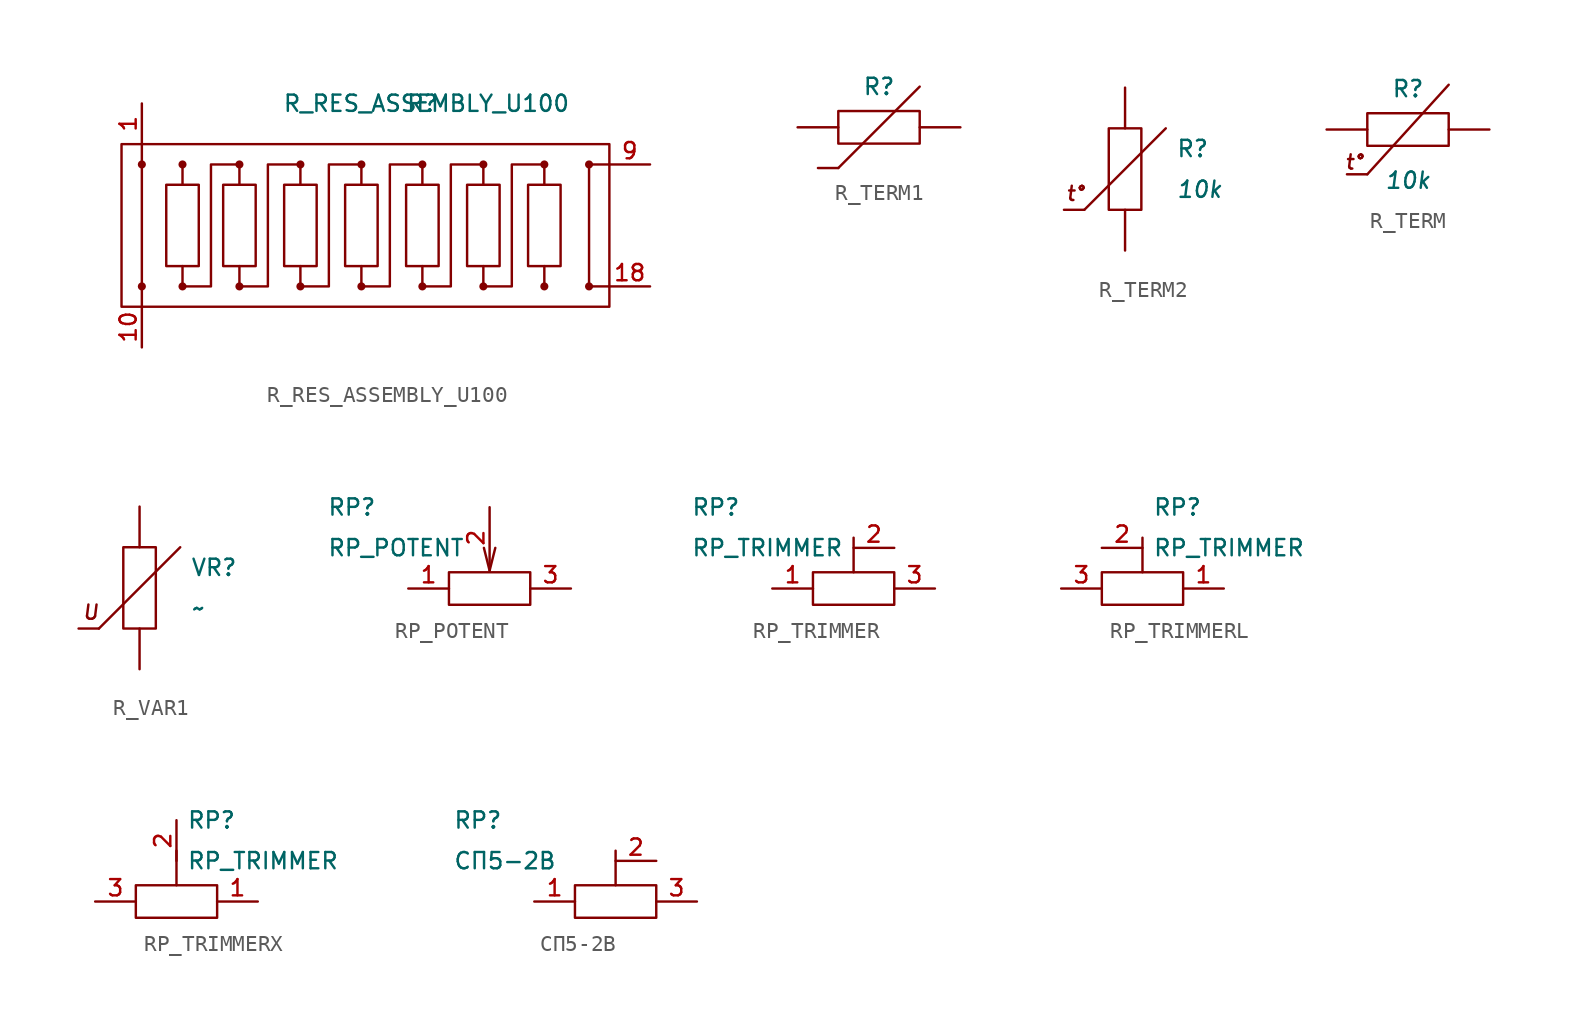
<source format=kicad_sym>
(kicad_symbol_lib
  (version 20231120)
  (generator "kicad_symbol_editor")
  (generator_version "8.0")
  (symbol "R_RES_ASSEMBLY_U100"
    (pin_names
      (offset 0))
    (property "Reference" "R"
      (at -0.254 7.62 0)
      (effects (font (size 1.016 1.016))))
    (property "Value" "R_RES_ASSEMBLY_U100"
      (at 0 7.62 0)
      (effects (font (size 1.016 1.016))))
    (symbol "R_RES_ASSEMBLY_U100_0_1"
      (rectangle (start -16.256 -2.54) (end -14.224 2.54) (stroke (width 0) (type default)) (fill (type none)))
      (rectangle (start -12.7 2.54) (end -10.668 -2.54) (stroke (width 0) (type default)) (fill (type none)))
      (rectangle (start -8.89 2.54) (end -6.858 -2.54) (stroke (width 0) (type default)) (fill (type none)))
      (rectangle (start -5.08 2.54) (end -3.048 -2.54) (stroke (width 0) (type default)) (fill (type none)))
      (rectangle (start -1.27 2.54) (end 0.762 -2.54) (stroke (width 0) (type default)) (fill (type none)))
      (polyline (pts (xy -15.24 -2.54) (xy -15.24 -3.81)) (stroke (width 0) (type default)) (fill (type none)))
      (polyline (pts (xy -15.24 2.54) (xy -15.24 3.81)) (stroke (width 0) (type default)) (fill (type none)))
      (polyline (pts (xy -11.684 -2.54) (xy -11.684 -3.81)) (stroke (width 0) (type default)) (fill (type none)))
      (polyline (pts (xy -11.684 2.54) (xy -11.684 3.81)) (stroke (width 0) (type default)) (fill (type none)))
      (polyline (pts (xy -7.874 -2.54) (xy -7.874 -3.81)) (stroke (width 0) (type default)) (fill (type none)))
      (polyline (pts (xy -7.874 2.54) (xy -7.874 3.81)) (stroke (width 0) (type default)) (fill (type none)))
      (polyline (pts (xy -4.064 -2.54) (xy -4.064 -3.81)) (stroke (width 0) (type default)) (fill (type none)))
      (polyline (pts (xy -4.064 2.54) (xy -4.064 3.81)) (stroke (width 0) (type default)) (fill (type none)))
      (polyline (pts (xy -0.254 -2.54) (xy -0.254 -3.81)) (stroke (width 0) (type default)) (fill (type none)))
      (polyline (pts (xy -0.254 2.54) (xy -0.254 3.81)) (stroke (width 0) (type default)) (fill (type none)))
      (polyline (pts (xy 3.556 -2.54) (xy 3.556 -3.81)) (stroke (width 0) (type default)) (fill (type none)))
      (polyline (pts (xy 3.556 2.54) (xy 3.556 3.81)) (stroke (width 0) (type default)) (fill (type none)))
      (polyline (pts (xy 7.366 -2.54) (xy 7.366 -3.81)) (stroke (width 0) (type default)) (fill (type none)))
      (polyline (pts (xy 7.366 2.54) (xy 7.366 3.81)) (stroke (width 0) (type default)) (fill (type none)))
      (polyline (pts (xy 10.16 3.81) (xy 11.43 3.81)) (stroke (width 0) (type default)) (fill (type none)))
      (rectangle (start 2.54 2.54) (end 4.572 -2.54) (stroke (width 0) (type default)) (fill (type none)))
      (rectangle (start 6.35 2.54) (end 8.382 -2.54) (stroke (width 0) (type default)) (fill (type none))))
    (symbol "R_RES_ASSEMBLY_U100_1_1"
      (rectangle (start -19.05 5.08) (end 11.43 -5.08) (stroke (width 0) (type default)) (fill (type none)))
      (circle (center -17.78 -3.81) (radius 0.178) (stroke (width 0) (type default)) (fill (type outline)))
      (circle (center -17.78 3.81) (radius 0.178) (stroke (width 0) (type default)) (fill (type outline)))
      (circle (center -15.24 -3.81) (radius 0.178) (stroke (width 0) (type default)) (fill (type outline)))
      (circle (center -15.24 3.81) (radius 0.178) (stroke (width 0) (type default)) (fill (type outline)))
      (circle (center -11.684 -3.81) (radius 0.178) (stroke (width 0) (type default)) (fill (type outline)))
      (circle (center -11.684 3.81) (radius 0.178) (stroke (width 0) (type default)) (fill (type outline)))
      (circle (center -7.874 -3.81) (radius 0.178) (stroke (width 0) (type default)) (fill (type outline)))
      (circle (center -7.874 3.81) (radius 0.178) (stroke (width 0) (type default)) (fill (type outline)))
      (circle (center -4.064 -3.81) (radius 0.178) (stroke (width 0) (type default)) (fill (type outline)))
      (circle (center -4.064 3.81) (radius 0.178) (stroke (width 0) (type default)) (fill (type outline)))
      (circle (center -0.254 -3.81) (radius 0.178) (stroke (width 0) (type default)) (fill (type outline)))
      (circle (center -0.254 3.81) (radius 0.178) (stroke (width 0) (type default)) (fill (type outline)))
      (polyline (pts (xy -17.78 5.08) (xy -17.78 -5.08)) (stroke (width 0) (type default)) (fill (type none)))
      (polyline (pts (xy 10.16 3.81) (xy 10.16 -3.81) (xy 11.43 -3.81)) (stroke (width 0) (type default)) (fill (type none)))
      (polyline (pts (xy -15.24 -3.81) (xy -13.462 -3.81) (xy -13.462 3.81) (xy -11.684 3.81)) (stroke (width 0) (type default)) (fill (type none)))
      (polyline (pts (xy -11.684 -3.81) (xy -9.906 -3.81) (xy -9.906 3.81) (xy -8.128 3.81)) (stroke (width 0) (type default)) (fill (type none)))
      (polyline (pts (xy -7.874 -3.81) (xy -6.096 -3.81) (xy -6.096 3.81) (xy -4.318 3.81)) (stroke (width 0) (type default)) (fill (type none)))
      (polyline (pts (xy -4.064 -3.81) (xy -2.286 -3.81) (xy -2.286 3.81) (xy -0.508 3.81)) (stroke (width 0) (type default)) (fill (type none)))
      (polyline (pts (xy -0.254 -3.81) (xy 1.524 -3.81) (xy 1.524 3.81) (xy 3.302 3.81)) (stroke (width 0) (type default)) (fill (type none)))
      (polyline (pts (xy 3.556 -3.81) (xy 5.334 -3.81) (xy 5.334 3.81) (xy 7.112 3.81)) (stroke (width 0) (type default)) (fill (type none)))
      (circle (center 3.556 -3.81) (radius 0.178) (stroke (width 0) (type default)) (fill (type outline)))
      (circle (center 3.556 3.81) (radius 0.178) (stroke (width 0) (type default)) (fill (type outline)))
      (circle (center 7.366 -3.81) (radius 0.178) (stroke (width 0) (type default)) (fill (type outline)))
      (circle (center 7.366 3.81) (radius 0.178) (stroke (width 0) (type default)) (fill (type outline)))
      (circle (center 10.16 -3.81) (radius 0.178) (stroke (width 0) (type default)) (fill (type outline)))
      (circle (center 10.16 3.81) (radius 0.178) (stroke (width 0) (type default)) (fill (type outline)))
      (pin passive line (at -17.78 7.62 270) (length 2.54) (name "~" (effects (font (size 1.016 1.016)))) (number "1" (effects (font (size 1.016 1.016)))))
      (pin passive line (at -17.78 -7.62 90) (length 2.54) (name "~" (effects (font (size 1.016 1.016)))) (number "10" (effects (font (size 1.016 1.016)))))
      (pin passive line (at 13.97 -3.81 180) (length 2.54) (name "~" (effects (font (size 1.016 1.016)))) (number "18" (effects (font (size 1.016 1.016)))))
      (pin passive line (at 13.97 3.81 180) (length 2.54) (name "~" (effects (font (size 1.016 1.016)))) (number "9" (effects (font (size 1.016 1.016)))))))
  (symbol "R_TERM1"
    (pin_numbers hide)
    (pin_names
      (offset 0) hide)
    (property "Reference" "R"
      (at 0 2.54 0)
      (effects (font (size 1.016 1.016))))
    (symbol "R_TERM1_0_1"
      (rectangle (start -2.54 1.016) (end 2.54 -1.016) (stroke (width 0) (type default)) (fill (type none)))
      (polyline (pts (xy -2.54 -2.54) (xy -3.81 -2.54)) (stroke (width 0) (type default)) (fill (type none)))
      (polyline (pts (xy -2.54 -2.54) (xy 2.54 2.54)) (stroke (width 0) (type default)) (fill (type none))))
    (symbol "R_TERM1_1_1"
      (pin passive line (at -5.08 0 0) (length 2.54) (name "~" (effects (font (size 1.016 1.016)))) (number "1" (effects (font (size 1.016 1.016)))))
      (pin passive line (at 5.08 0 180) (length 2.54) (name "~" (effects (font (size 1.016 1.016)))) (number "2" (effects (font (size 1.016 1.016)))))))
  (symbol "R_TERM2"
    (pin_numbers hide)
    (pin_names
      (offset 0) hide)
    (property "Reference" "R"
      (at 3.175 1.27 0)
      (effects (font (size 1.016 1.016)) (justify left)))
    (property "Value" "10k"
      (at 3.175 -1.27 0)
      (effects (font (size 1.016 1.016) (italic yes)) (justify left)))
    (symbol "R_TERM2_0_1"
      (rectangle (start -1.016 -2.54) (end 1.016 2.54) (stroke (width 0) (type default)) (fill (type none)))
      (polyline (pts (xy -2.54 -2.54) (xy -3.81 -2.54)) (stroke (width 0) (type default)) (fill (type none)))
      (polyline (pts (xy 2.54 2.54) (xy -2.54 -2.54)) (stroke (width 0) (type default)) (fill (type none))))
    (symbol "R_TERM2_1_1"
      (text "t°" (at -3.048 -1.524 0) (effects (font (size 0.889 0.889) (italic yes))))
      (pin passive line (at 0 -5.08 90) (length 2.54) (name "~" (effects (font (size 1.016 1.016)))) (number "1" (effects (font (size 1.016 1.016)))))
      (pin passive line (at 0 5.08 270) (length 2.54) (name "~" (effects (font (size 1.016 1.016)))) (number "2" (effects (font (size 1.016 1.016)))))))
  (symbol "R_TERM"
    (pin_numbers hide)
    (pin_names
      (offset 0) hide)
    (property "Reference" "R"
      (at 0 2.54 0)
      (effects (font (size 1.016 1.016))))
    (property "Value" "10k"
      (at 0 -3.175 0)
      (effects (font (size 1.016 1.016) (italic yes))))
    (symbol "R_TERM_0_1"
      (rectangle (start -2.54 1.016) (end 2.54 -1.016) (stroke (width 0) (type default)) (fill (type none)))
      (polyline (pts (xy -2.54 -2.794) (xy -3.81 -2.794)) (stroke (width 0) (type default)) (fill (type none)))
      (polyline (pts (xy -2.54 -2.794) (xy 2.54 2.794)) (stroke (width 0) (type default)) (fill (type none))))
    (symbol "R_TERM_1_1"
      (text "t°" (at -3.302 -2.032 0) (effects (font (size 0.889 0.889) (italic yes))))
      (pin passive line (at -5.08 0 0) (length 2.54) (name "~" (effects (font (size 1.016 1.016)))) (number "1" (effects (font (size 1.016 1.016)))))
      (pin passive line (at 5.08 0 180) (length 2.54) (name "~" (effects (font (size 1.016 1.016)))) (number "2" (effects (font (size 1.016 1.016)))))))
  (symbol "R_VAR1"
    (pin_numbers hide)
    (pin_names
      (offset 0) hide)
    (property "Reference" "VR"
      (at 3.175 1.27 0)
      (effects (font (size 1.016 1.016)) (justify left)))
    (property "Value" "~"
      (at 3.175 -1.27 0)
      (effects (font (size 1.016 1.016) (italic yes)) (justify left)))
    (symbol "R_VAR1_0_1"
      (rectangle (start -1.016 -2.54) (end 1.016 2.54) (stroke (width 0) (type default)) (fill (type none)))
      (polyline (pts (xy -2.54 -2.54) (xy -3.81 -2.54)) (stroke (width 0) (type default)) (fill (type none)))
      (polyline (pts (xy 2.54 2.54) (xy -2.54 -2.54)) (stroke (width 0) (type default)) (fill (type none))))
    (symbol "R_VAR1_1_1"
      (text "U" (at -3.048 -1.524 0) (effects (font (size 0.889 0.889) (italic yes))))
      (pin passive line (at 0 -5.08 90) (length 2.54) (name "~" (effects (font (size 1.016 1.016)))) (number "1" (effects (font (size 1.016 1.016)))))
      (pin passive line (at 0 5.08 270) (length 2.54) (name "~" (effects (font (size 1.016 1.016)))) (number "2" (effects (font (size 1.016 1.016)))))))
  (symbol "RP_POTENT"
    (pin_names
      (offset 0.002) hide)
    (property "Reference" "RP"
      (at -10.16 5.08 0)
      (effects (font (size 1.016 1.016)) (justify left)))
    (property "Value" "RP_POTENT"
      (at -10.16 2.54 0)
      (effects (font (size 1.016 1.016)) (justify left)))
    (symbol "RP_POTENT_1_1"
      (rectangle (start -2.54 1.016) (end 2.54 -1.016) (stroke (width 0) (type default)) (fill (type none)))
      (polyline (pts (xy -0.356 2.54) (xy 0 1.118)) (stroke (width 0) (type default)) (fill (type none)))
      (polyline (pts (xy 0 1.118) (xy 0.356 2.54)) (stroke (width 0) (type default)) (fill (type none)))
      (pin passive line (at -5.08 0 0) (length 2.54) (name "~" (effects (font (size 1.016 1.016)))) (number "1" (effects (font (size 1.016 1.016)))))
      (pin passive line (at 0 5.08 270) (length 3.81) (name "~" (effects (font (size 1.016 1.016)))) (number "2" (effects (font (size 1.016 1.016)))))
      (pin passive line (at 5.08 0 180) (length 2.54) (name "~" (effects (font (size 1.016 1.016)))) (number "3" (effects (font (size 1.016 1.016)))))))
  (symbol "RP_TRIMMER"
    (pin_names
      (offset 0.002) hide)
    (property "Reference" "RP"
      (at -10.16 5.08 0)
      (effects (font (size 1.016 1.016)) (justify left)))
    (property "Value" "RP_TRIMMER"
      (at -10.16 2.54 0)
      (effects (font (size 1.016 1.016)) (justify left)))
    (symbol "RP_TRIMMER_1_1"
      (rectangle (start -2.54 1.016) (end 2.54 -1.016) (stroke (width 0) (type default)) (fill (type none)))
      (polyline (pts (xy 0 1.016) (xy 0 3.175)) (stroke (width 0) (type default)) (fill (type none)))
      (pin passive line (at -5.08 0 0) (length 2.54) (name "~" (effects (font (size 1.016 1.016)))) (number "1" (effects (font (size 1.016 1.016)))))
      (pin passive line (at 2.54 2.54 180) (length 2.54) (name "~" (effects (font (size 1.016 1.016)))) (number "2" (effects (font (size 1.016 1.016)))))
      (pin passive line (at 5.08 0 180) (length 2.54) (name "~" (effects (font (size 1.016 1.016)))) (number "3" (effects (font (size 1.016 1.016)))))))
  (symbol "RP_TRIMMERL"
    (pin_names
      (offset 0.002) hide)
    (property "Reference" "RP"
      (at 0.635 5.08 0)
      (effects (font (size 1.016 1.016)) (justify left)))
    (property "Value" "RP_TRIMMER"
      (at 0.635 2.54 0)
      (effects (font (size 1.016 1.016)) (justify left)))
    (symbol "RP_TRIMMERL_1_1"
      (rectangle (start -2.54 1.016) (end 2.54 -1.016) (stroke (width 0) (type default)) (fill (type none)))
      (polyline (pts (xy 0 1.016) (xy 0 3.175)) (stroke (width 0) (type default)) (fill (type none)))
      (pin passive line (at 5.08 0 180) (length 2.54) (name "~" (effects (font (size 1.016 1.016)))) (number "1" (effects (font (size 1.016 1.016)))))
      (pin passive line (at -2.54 2.54 0) (length 2.54) (name "~" (effects (font (size 1.016 1.016)))) (number "2" (effects (font (size 1.016 1.016)))))
      (pin passive line (at -5.08 0 0) (length 2.54) (name "~" (effects (font (size 1.016 1.016)))) (number "3" (effects (font (size 1.016 1.016)))))))
  (symbol "RP_TRIMMERX"
    (pin_names
      (offset 0.002) hide)
    (property "Reference" "RP"
      (at 0.635 5.08 0)
      (effects (font (size 1.016 1.016)) (justify left)))
    (property "Value" "RP_TRIMMER"
      (at 0.635 2.54 0)
      (effects (font (size 1.016 1.016)) (justify left)))
    (symbol "RP_TRIMMERX_1_1"
      (rectangle (start -2.54 1.016) (end 2.54 -1.016) (stroke (width 0) (type default)) (fill (type none)))
      (polyline (pts (xy 0 1.016) (xy 0 3.175)) (stroke (width 0) (type default)) (fill (type none)))
      (pin passive line (at 5.08 0 180) (length 2.54) (name "~" (effects (font (size 1.016 1.016)))) (number "1" (effects (font (size 1.016 1.016)))))
      (pin passive line (at 0 5.08 270) (length 2.54) (name "~" (effects (font (size 1.016 1.016)))) (number "2" (effects (font (size 1.016 1.016)))))
      (pin passive line (at -5.08 0 0) (length 2.54) (name "~" (effects (font (size 1.016 1.016)))) (number "3" (effects (font (size 1.016 1.016)))))))
  (symbol "СП5-2В"
    (pin_names
      (offset 0.002) hide)
    (property "Reference" "RP"
      (at -10.16 5.08 0)
      (effects (font (size 1.016 1.016)) (justify left)))
    (property "Value" "СП5-2В"
      (at -10.16 2.54 0)
      (effects (font (size 1.016 1.016)) (justify left)))
    (symbol "СП5-2В_1_1"
      (rectangle (start -2.54 1.016) (end 2.54 -1.016) (stroke (width 0) (type default)) (fill (type none)))
      (polyline (pts (xy 0 1.016) (xy 0 3.175)) (stroke (width 0) (type default)) (fill (type none)))
      (pin passive line (at -5.08 0 0) (length 2.54) (name "~" (effects (font (size 1.016 1.016)))) (number "1" (effects (font (size 1.016 1.016)))))
      (pin passive line (at 2.54 2.54 180) (length 2.54) (name "~" (effects (font (size 1.016 1.016)))) (number "2" (effects (font (size 1.016 1.016)))))
      (pin passive line (at 5.08 0 180) (length 2.54) (name "~" (effects (font (size 1.016 1.016)))) (number "3" (effects (font (size 1.016 1.016))))))))
</source>
